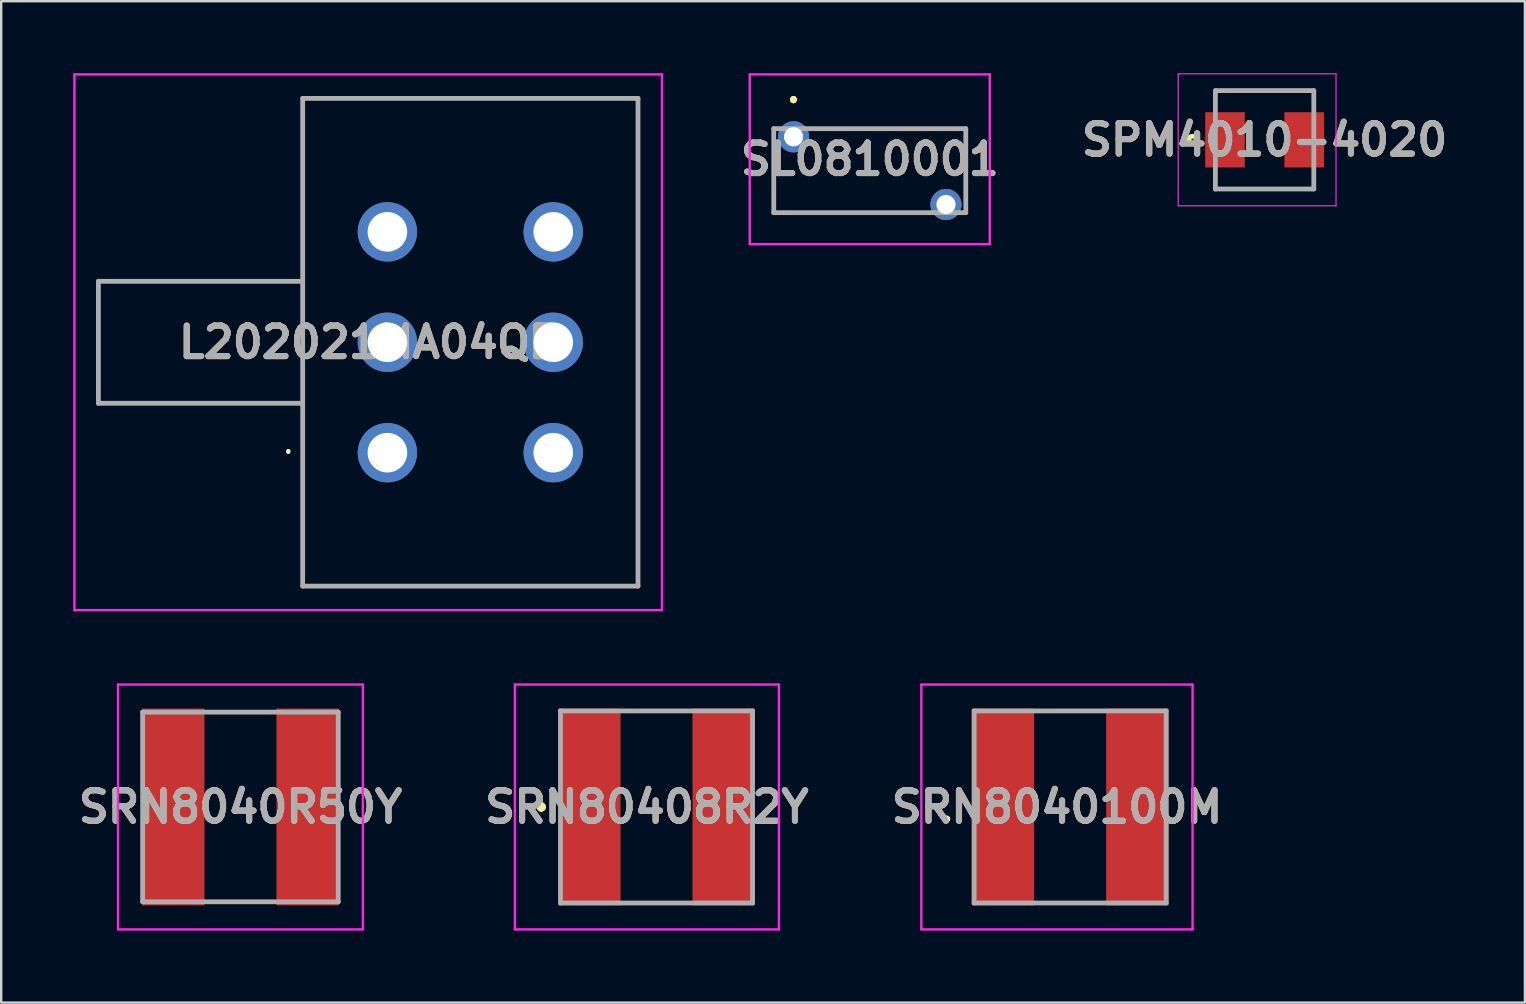
<source format=kicad_pcb>
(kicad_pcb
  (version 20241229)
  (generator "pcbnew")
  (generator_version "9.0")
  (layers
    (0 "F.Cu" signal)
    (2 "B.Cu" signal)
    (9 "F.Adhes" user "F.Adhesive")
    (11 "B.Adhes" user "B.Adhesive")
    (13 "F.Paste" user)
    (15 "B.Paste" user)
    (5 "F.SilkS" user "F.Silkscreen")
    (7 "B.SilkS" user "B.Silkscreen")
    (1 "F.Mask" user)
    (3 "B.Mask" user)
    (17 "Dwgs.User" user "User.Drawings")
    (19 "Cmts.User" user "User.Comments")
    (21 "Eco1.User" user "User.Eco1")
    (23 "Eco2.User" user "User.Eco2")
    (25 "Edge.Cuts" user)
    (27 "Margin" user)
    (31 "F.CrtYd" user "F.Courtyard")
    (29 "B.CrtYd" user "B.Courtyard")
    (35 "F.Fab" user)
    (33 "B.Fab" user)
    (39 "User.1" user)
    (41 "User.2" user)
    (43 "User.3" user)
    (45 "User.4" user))
  (footprint "SPM4010-4020"
    (layer "F.Cu")
    (at 49.636 2.775)
    (property "Reference" "SPM4010-4020" (at 0 0 0) (layer "F.SilkS") (effects (font (size 1.27 1.27) (thickness 0.254))))
    (attr smd)
    (fp_line (start -2.05 -2.05) (end 2.05 -2.05) (stroke (width 0.1) (type solid)) (layer "F.SilkS"))
    (fp_line (start 2.05 2.05) (end -2.05 2.05) (stroke (width 0.1) (type solid)) (layer "F.SilkS"))
    (fp_circle (center -3 0) (end -3 0.05) (stroke (width 0.2) (type solid)) (fill no) (layer "F.SilkS"))
    (fp_line (start -3.6 -2.75) (end 2.975 -2.75) (stroke (width 0.05) (type solid)) (layer "F.CrtYd"))
    (fp_line (start -3.6 2.75) (end -3.6 -2.75) (stroke (width 0.05) (type solid)) (layer "F.CrtYd"))
    (fp_line (start 2.975 -2.75) (end 2.975 2.75) (stroke (width 0.05) (type solid)) (layer "F.CrtYd"))
    (fp_line (start 2.975 2.75) (end -3.6 2.75) (stroke (width 0.05) (type solid)) (layer "F.CrtYd"))
    (fp_line (start -2.05 -2.05) (end 2.05 -2.05) (stroke (width 0.2) (type solid)) (layer "F.Fab"))
    (fp_line (start -2.05 2.05) (end -2.05 -2.05) (stroke (width 0.2) (type solid)) (layer "F.Fab"))
    (fp_line (start 2.05 -2.05) (end 2.05 2.05) (stroke (width 0.2) (type solid)) (layer "F.Fab"))
    (fp_line (start 2.05 2.05) (end -2.05 2.05) (stroke (width 0.2) (type solid)) (layer "F.Fab"))
    (fp_text user "${REFERENCE}" (at 0 0 0) (layer "F.Fab") (effects (font (size 1.27 1.27) (thickness 0.254))))
    (pad "1" smd rect (at -1.65 0) (size 1.65 2.3) (layers "F.Cu" "F.Mask" "F.Paste"))
    (pad "2" smd rect (at 1.65 0) (size 1.65 2.3) (layers "F.Cu" "F.Mask" "F.Paste")))
  (footprint "SRN80408R2Y"
    (layer "F.Cu")
    (at 24.301 30.57)
    (property "Reference" "SRN80408R2Y" (at -0.4 0 0) (layer "F.SilkS") (effects (font (size 1.27 1.27) (thickness 0.254))))
    (attr smd)
    (fp_line (start -4.8 -0.1) (end -4.8 -0.1) (stroke (width 0.2) (type solid)) (layer "F.SilkS"))
    (fp_line (start -4.8 0.1) (end -4.8 0.1) (stroke (width 0.2) (type solid)) (layer "F.SilkS"))
    (fp_line (start -1 -4) (end 1 -4) (stroke (width 0.1) (type solid)) (layer "F.SilkS"))
    (fp_line (start -1 4) (end 1 4) (stroke (width 0.1) (type solid)) (layer "F.SilkS"))
    (fp_arc (start -4.8 -0.1) (mid -4.7 0) (end -4.8 0.1) (stroke (width 0.2) (type solid)) (layer "F.SilkS"))
    (fp_arc (start -4.8 0.1) (mid -4.9 0) (end -4.8 -0.1) (stroke (width 0.2) (type solid)) (layer "F.SilkS"))
    (fp_line (start -5.9 -5.1) (end 5.1 -5.1) (stroke (width 0.1) (type solid)) (layer "F.CrtYd"))
    (fp_line (start -5.9 5.1) (end -5.9 -5.1) (stroke (width 0.1) (type solid)) (layer "F.CrtYd"))
    (fp_line (start 5.1 -5.1) (end 5.1 5.1) (stroke (width 0.1) (type solid)) (layer "F.CrtYd"))
    (fp_line (start 5.1 5.1) (end -5.9 5.1) (stroke (width 0.1) (type solid)) (layer "F.CrtYd"))
    (fp_line (start -4 -4) (end 4 -4) (stroke (width 0.2) (type solid)) (layer "F.Fab"))
    (fp_line (start -4 4) (end -4 -4) (stroke (width 0.2) (type solid)) (layer "F.Fab"))
    (fp_line (start 4 -4) (end 4 4) (stroke (width 0.2) (type solid)) (layer "F.Fab"))
    (fp_line (start 4 4) (end -4 4) (stroke (width 0.2) (type solid)) (layer "F.Fab"))
    (fp_text user "${REFERENCE}" (at -0.4 0 0) (layer "F.Fab") (effects (font (size 1.27 1.27) (thickness 0.254))))
    (pad "1" smd rect (at -2.8 0) (size 2.6 8.2) (layers "F.Cu" "F.Mask" "F.Paste"))
    (pad "2" smd rect (at 2.8 0) (size 2.6 8.2) (layers "F.Cu" "F.Mask" "F.Paste")))
  (footprint "SRN8040R50Y"
    (layer "F.Cu")
    (at 6.967 30.57)
    (property "Reference" "SRN8040R50Y" (at 0 0 0) (layer "F.SilkS") (effects (font (size 1.27 1.27) (thickness 0.254))))
    (attr smd)
    (fp_line (start -1.2 -3.95) (end 1.2 -3.95) (stroke (width 0.1) (type solid)) (layer "F.SilkS"))
    (fp_line (start -1.2 3.95) (end 1.2 3.95) (stroke (width 0.1) (type solid)) (layer "F.SilkS"))
    (fp_line (start -5.1 -5.1) (end 5.1 -5.1) (stroke (width 0.1) (type solid)) (layer "F.CrtYd"))
    (fp_line (start -5.1 5.1) (end -5.1 -5.1) (stroke (width 0.1) (type solid)) (layer "F.CrtYd"))
    (fp_line (start 5.1 -5.1) (end 5.1 5.1) (stroke (width 0.1) (type solid)) (layer "F.CrtYd"))
    (fp_line (start 5.1 5.1) (end -5.1 5.1) (stroke (width 0.1) (type solid)) (layer "F.CrtYd"))
    (fp_line (start -4.075 -3.95) (end 4.075 -3.95) (stroke (width 0.2) (type solid)) (layer "F.Fab"))
    (fp_line (start -4.075 3.95) (end -4.075 -3.95) (stroke (width 0.2) (type solid)) (layer "F.Fab"))
    (fp_line (start 4.075 -3.95) (end 4.075 3.95) (stroke (width 0.2) (type solid)) (layer "F.Fab"))
    (fp_line (start 4.075 3.95) (end -4.075 3.95) (stroke (width 0.2) (type solid)) (layer "F.Fab"))
    (fp_text user "${REFERENCE}" (at 0 0 0) (layer "F.Fab") (effects (font (size 1.27 1.27) (thickness 0.254))))
    (pad "1" smd rect (at -2.8 0) (size 2.6 8.2) (layers "F.Cu" "F.Mask" "F.Paste"))
    (pad "2" smd rect (at 2.8 0) (size 2.6 8.2) (layers "F.Cu" "F.Mask" "F.Paste")))
  (footprint "L202021MA04QE"
    (layer "F.Cu")
    (at 13.06 15.91)
    (property "Reference" "L202021MA04QE" (at -0.77 -4.7 0) (layer "F.SilkS") (effects (font (size 1.27 1.27) (thickness 0.254))))
    (attr through_hole)
    (fp_line (start -4.1 -0.2) (end -4.1 -0.2) (stroke (width 0.1) (type solid)) (layer "F.SilkS"))
    (fp_line (start -4.1 -0.1) (end -4.1 -0.1) (stroke (width 0.1) (type solid)) (layer "F.SilkS"))
    (fp_line (start -3.5 -14.86) (end 10.47 -14.86) (stroke (width 0.1) (type solid)) (layer "F.SilkS"))
    (fp_line (start -3.5 5.46) (end -3.5 -14.86) (stroke (width 0.1) (type solid)) (layer "F.SilkS"))
    (fp_line (start 10.47 -14.86) (end 10.47 5.46) (stroke (width 0.1) (type solid)) (layer "F.SilkS"))
    (fp_line (start 10.47 5.46) (end -3.5 5.46) (stroke (width 0.1) (type solid)) (layer "F.SilkS"))
    (fp_arc (start -4.1 -0.2) (mid -4.05 -0.15) (end -4.1 -0.1) (stroke (width 0.1) (type solid)) (layer "F.SilkS"))
    (fp_arc (start -4.1 -0.1) (mid -4.15 -0.15) (end -4.1 -0.2) (stroke (width 0.1) (type solid)) (layer "F.SilkS"))
    (fp_line (start -13.01 -15.86) (end 11.47 -15.86) (stroke (width 0.1) (type solid)) (layer "F.CrtYd"))
    (fp_line (start -13.01 6.46) (end -13.01 -15.86) (stroke (width 0.1) (type solid)) (layer "F.CrtYd"))
    (fp_line (start 11.47 -15.86) (end 11.47 6.46) (stroke (width 0.1) (type solid)) (layer "F.CrtYd"))
    (fp_line (start 11.47 6.46) (end -13.01 6.46) (stroke (width 0.1) (type solid)) (layer "F.CrtYd"))
    (fp_line (start -12.01 -7.24) (end -12.01 -2.16) (stroke (width 0.2) (type solid)) (layer "F.Fab"))
    (fp_line (start -12.01 -2.16) (end -3.5 -2.16) (stroke (width 0.2) (type solid)) (layer "F.Fab"))
    (fp_line (start -3.5 -14.86) (end 10.47 -14.86) (stroke (width 0.2) (type solid)) (layer "F.Fab"))
    (fp_line (start -3.5 -7.24) (end -12.01 -7.24) (stroke (width 0.2) (type solid)) (layer "F.Fab"))
    (fp_line (start -3.5 5.46) (end -3.5 -14.86) (stroke (width 0.2) (type solid)) (layer "F.Fab"))
    (fp_line (start 10.47 -14.86) (end 10.47 5.46) (stroke (width 0.2) (type solid)) (layer "F.Fab"))
    (fp_line (start 10.47 5.46) (end -3.5 5.46) (stroke (width 0.2) (type solid)) (layer "F.Fab"))
    (fp_text user "${REFERENCE}" (at -0.77 -4.7 0) (layer "F.Fab") (effects (font (size 1.27 1.27) (thickness 0.254))))
    (pad "1" thru_hole circle (at 0.03 -0.1) (size 2.475 2.475) (drill 1.65) (layers "*.Cu" "*.Mask"))
    (pad "2" thru_hole circle (at 0.03 -4.7) (size 2.475 2.475) (drill 1.65) (layers "*.Cu" "*.Mask"))
    (pad "3" thru_hole circle (at 0.03 -9.3) (size 2.475 2.475) (drill 1.65) (layers "*.Cu" "*.Mask"))
    (pad "4" thru_hole circle (at 6.94 -0.1) (size 2.475 2.475) (drill 1.65) (layers "*.Cu" "*.Mask"))
    (pad "5" thru_hole circle (at 6.94 -4.7) (size 2.475 2.475) (drill 1.65) (layers "*.Cu" "*.Mask"))
    (pad "6" thru_hole circle (at 6.94 -9.3) (size 2.475 2.475) (drill 1.65) (layers "*.Cu" "*.Mask")))
  (footprint "SL0810001"
    (layer "F.Cu")
    (at 30.011 2.65)
    (property "Reference" "SL0810001" (at 3.175 0.935 0) (layer "F.SilkS") (effects (font (size 1.27 1.27) (thickness 0.254))))
    (attr through_hole)
    (fp_line (start -0.825 1.16) (end -0.825 1.16) (stroke (width 0.1) (type solid)) (layer "F.SilkS"))
    (fp_line (start -0.825 1.16) (end -0.825 3.16) (stroke (width 0.1) (type solid)) (layer "F.SilkS"))
    (fp_line (start -0.825 3.16) (end -0.825 1.16) (stroke (width 0.1) (type solid)) (layer "F.SilkS"))
    (fp_line (start -0.825 3.16) (end -0.825 3.16) (stroke (width 0.1) (type solid)) (layer "F.SilkS"))
    (fp_line (start -0.825 3.16) (end -0.825 3.16) (stroke (width 0.1) (type solid)) (layer "F.SilkS"))
    (fp_line (start -0.825 3.16) (end 5.175 3.16) (stroke (width 0.1) (type solid)) (layer "F.SilkS"))
    (fp_line (start 0 -1.6) (end 0 -1.6) (stroke (width 0.2) (type solid)) (layer "F.SilkS"))
    (fp_line (start 0 -1.6) (end 0 -1.6) (stroke (width 0.2) (type solid)) (layer "F.SilkS"))
    (fp_line (start 0 -1.5) (end 0 -1.5) (stroke (width 0.2) (type solid)) (layer "F.SilkS"))
    (fp_line (start 1.175 -0.34) (end 1.175 -0.34) (stroke (width 0.1) (type solid)) (layer "F.SilkS"))
    (fp_line (start 1.175 -0.34) (end 7.175 -0.34) (stroke (width 0.1) (type solid)) (layer "F.SilkS"))
    (fp_line (start 5.175 3.16) (end -0.825 3.16) (stroke (width 0.1) (type solid)) (layer "F.SilkS"))
    (fp_line (start 5.175 3.16) (end 5.175 3.16) (stroke (width 0.1) (type solid)) (layer "F.SilkS"))
    (fp_line (start 7.175 -0.34) (end 1.175 -0.34) (stroke (width 0.1) (type solid)) (layer "F.SilkS"))
    (fp_line (start 7.175 -0.34) (end 7.175 -0.34) (stroke (width 0.1) (type solid)) (layer "F.SilkS"))
    (fp_line (start 7.175 -0.34) (end 7.175 -0.34) (stroke (width 0.1) (type solid)) (layer "F.SilkS"))
    (fp_line (start 7.175 -0.34) (end 7.175 1.66) (stroke (width 0.1) (type solid)) (layer "F.SilkS"))
    (fp_line (start 7.175 1.66) (end 7.175 -0.34) (stroke (width 0.1) (type solid)) (layer "F.SilkS"))
    (fp_line (start 7.175 1.66) (end 7.175 1.66) (stroke (width 0.1) (type solid)) (layer "F.SilkS"))
    (fp_arc (start 0 -1.6) (mid 0.05 -1.55) (end 0 -1.5) (stroke (width 0.2) (type solid)) (layer "F.SilkS"))
    (fp_arc (start 0 -1.5) (mid -0.05 -1.55) (end 0 -1.6) (stroke (width 0.2) (type solid)) (layer "F.SilkS"))
    (fp_arc (start 0 -1.5) (mid -0.05 -1.55) (end 0 -1.6) (stroke (width 0.2) (type solid)) (layer "F.SilkS"))
    (fp_line (start -1.825 -2.6) (end 8.175 -2.6) (stroke (width 0.1) (type solid)) (layer "F.CrtYd"))
    (fp_line (start -1.825 4.47) (end -1.825 -2.6) (stroke (width 0.1) (type solid)) (layer "F.CrtYd"))
    (fp_line (start 8.175 -2.6) (end 8.175 4.47) (stroke (width 0.1) (type solid)) (layer "F.CrtYd"))
    (fp_line (start 8.175 4.47) (end -1.825 4.47) (stroke (width 0.1) (type solid)) (layer "F.CrtYd"))
    (fp_line (start -0.825 -0.34) (end -0.825 3.16) (stroke (width 0.2) (type solid)) (layer "F.Fab"))
    (fp_line (start -0.825 3.16) (end 7.175 3.16) (stroke (width 0.2) (type solid)) (layer "F.Fab"))
    (fp_line (start 7.175 -0.34) (end -0.825 -0.34) (stroke (width 0.2) (type solid)) (layer "F.Fab"))
    (fp_line (start 7.175 3.16) (end 7.175 -0.34) (stroke (width 0.2) (type solid)) (layer "F.Fab"))
    (fp_text user "${REFERENCE}" (at 3.175 0.935 0) (layer "F.Fab") (effects (font (size 1.27 1.27) (thickness 0.254))))
    (pad "1" thru_hole circle (at 0 0) (size 1.3 1.3) (drill 0.8) (layers "*.Cu" "*.Mask"))
    (pad "2" thru_hole circle (at 6.35 2.82) (size 1.3 1.3) (drill 0.8) (layers "*.Cu" "*.Mask")))
  (footprint "SRN8040100M"
    (layer "F.Cu")
    (at 41.535 30.57)
    (property "Reference" "SRN8040100M" (at -0.55 0 0) (layer "F.SilkS") (effects (font (size 1.27 1.27) (thickness 0.254))))
    (attr smd)
    (fp_line (start -5.2 0.5) (end -5.2 0.5) (stroke (width 0.2) (type solid)) (layer "F.SilkS"))
    (fp_line (start -5.2 0.5) (end -5.2 0.5) (stroke (width 0.2) (type solid)) (layer "F.SilkS"))
    (fp_line (start -5.1 0.5) (end -5.1 0.5) (stroke (width 0.2) (type solid)) (layer "F.SilkS"))
    (fp_arc (start -5.2 0.5) (mid -5.15 0.45) (end -5.1 0.5) (stroke (width 0.2) (type solid)) (layer "F.SilkS"))
    (fp_arc (start -5.1 0.5) (mid -5.15 0.55) (end -5.2 0.5) (stroke (width 0.2) (type solid)) (layer "F.SilkS"))
    (fp_arc (start -5.1 0.5) (mid -5.15 0.55) (end -5.2 0.5) (stroke (width 0.2) (type solid)) (layer "F.SilkS"))
    (fp_line (start -6.2 -5.1) (end 5.1 -5.1) (stroke (width 0.1) (type solid)) (layer "F.CrtYd"))
    (fp_line (start -6.2 5.1) (end -6.2 -5.1) (stroke (width 0.1) (type solid)) (layer "F.CrtYd"))
    (fp_line (start 5.1 -5.1) (end 5.1 5.1) (stroke (width 0.1) (type solid)) (layer "F.CrtYd"))
    (fp_line (start 5.1 5.1) (end -6.2 5.1) (stroke (width 0.1) (type solid)) (layer "F.CrtYd"))
    (fp_line (start -4 -4) (end -4 4) (stroke (width 0.2) (type solid)) (layer "F.Fab"))
    (fp_line (start -4 4) (end 4 4) (stroke (width 0.2) (type solid)) (layer "F.Fab"))
    (fp_line (start 4 -4) (end -4 -4) (stroke (width 0.2) (type solid)) (layer "F.Fab"))
    (fp_line (start 4 4) (end 4 -4) (stroke (width 0.2) (type solid)) (layer "F.Fab"))
    (fp_text user "${REFERENCE}" (at -0.55 0 0) (layer "F.Fab") (effects (font (size 1.27 1.27) (thickness 0.254))))
    (pad "1" smd rect (at -2.8 0) (size 2.6 8.2) (layers "F.Cu" "F.Mask" "F.Paste"))
    (pad "2" smd rect (at 2.8 0) (size 2.6 8.2) (layers "F.Cu" "F.Mask" "F.Paste")))
  (gr_rect
    (start -3 -3)
    (end 60.48 38.72)
    (stroke (width 0.1) (type default))
    (fill no)
    (layer "Edge.Cuts")))
</source>
